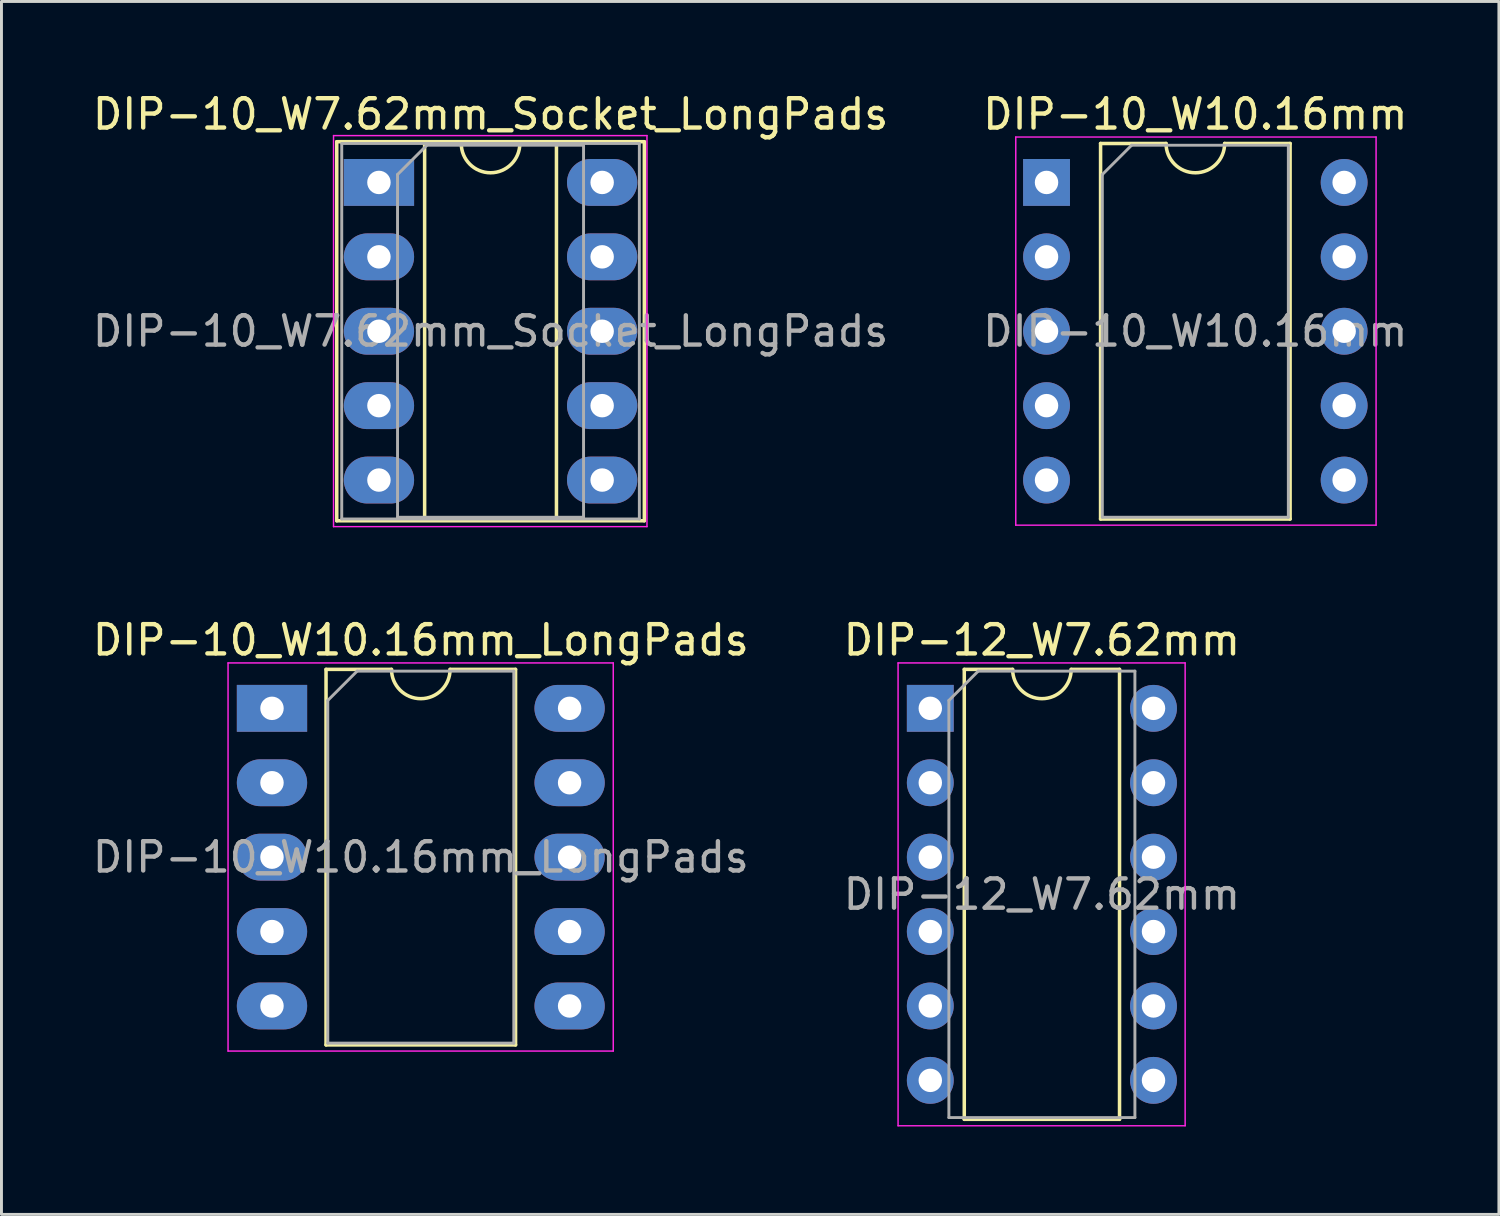
<source format=kicad_pcb>
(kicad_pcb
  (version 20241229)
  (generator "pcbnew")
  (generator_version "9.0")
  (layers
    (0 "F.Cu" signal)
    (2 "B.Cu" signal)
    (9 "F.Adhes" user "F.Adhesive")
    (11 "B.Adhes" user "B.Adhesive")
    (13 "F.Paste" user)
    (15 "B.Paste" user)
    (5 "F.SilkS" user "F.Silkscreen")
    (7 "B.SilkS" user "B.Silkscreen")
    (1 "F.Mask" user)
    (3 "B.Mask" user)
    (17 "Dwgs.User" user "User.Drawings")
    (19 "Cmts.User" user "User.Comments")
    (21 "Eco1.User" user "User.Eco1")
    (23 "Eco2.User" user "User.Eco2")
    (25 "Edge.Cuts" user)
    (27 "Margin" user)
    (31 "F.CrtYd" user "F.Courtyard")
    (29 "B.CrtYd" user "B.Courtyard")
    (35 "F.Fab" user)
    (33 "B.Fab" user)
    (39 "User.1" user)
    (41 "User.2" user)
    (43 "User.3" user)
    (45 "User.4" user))
  (footprint "DIP-10_W7.62mm_Socket_LongPads"
    (layer "F.Cu")
    (at 9.886 3.178)
    (property "Reference" "DIP-10_W7.62mm_Socket_LongPads" (at 3.81 -2.33 0) (layer "F.SilkS") (effects (font (size 1 1) (thickness 0.15))))
    (attr through_hole)
    (fp_line (start -1.44 -1.39) (end -1.44 11.55) (stroke (width 0.12) (type solid)) (layer "F.SilkS"))
    (fp_line (start -1.44 11.55) (end 9.06 11.55) (stroke (width 0.12) (type solid)) (layer "F.SilkS"))
    (fp_line (start 1.56 -1.33) (end 1.56 11.49) (stroke (width 0.12) (type solid)) (layer "F.SilkS"))
    (fp_line (start 1.56 11.49) (end 6.06 11.49) (stroke (width 0.12) (type solid)) (layer "F.SilkS"))
    (fp_line (start 2.81 -1.33) (end 1.56 -1.33) (stroke (width 0.12) (type solid)) (layer "F.SilkS"))
    (fp_line (start 6.06 -1.33) (end 4.81 -1.33) (stroke (width 0.12) (type solid)) (layer "F.SilkS"))
    (fp_line (start 6.06 11.49) (end 6.06 -1.33) (stroke (width 0.12) (type solid)) (layer "F.SilkS"))
    (fp_line (start 9.06 -1.39) (end -1.44 -1.39) (stroke (width 0.12) (type solid)) (layer "F.SilkS"))
    (fp_line (start 9.06 11.55) (end 9.06 -1.39) (stroke (width 0.12) (type solid)) (layer "F.SilkS"))
    (fp_arc (start 4.81 -1.33) (mid 3.81 -0.33) (end 2.81 -1.33) (stroke (width 0.12) (type solid)) (layer "F.SilkS"))
    (fp_line (start -1.55 -1.6) (end -1.55 11.75) (stroke (width 0.05) (type solid)) (layer "F.CrtYd"))
    (fp_line (start -1.55 11.75) (end 9.15 11.75) (stroke (width 0.05) (type solid)) (layer "F.CrtYd"))
    (fp_line (start 9.15 -1.6) (end -1.55 -1.6) (stroke (width 0.05) (type solid)) (layer "F.CrtYd"))
    (fp_line (start 9.15 11.75) (end 9.15 -1.6) (stroke (width 0.05) (type solid)) (layer "F.CrtYd"))
    (fp_line (start -1.27 -1.33) (end -1.27 11.49) (stroke (width 0.1) (type solid)) (layer "F.Fab"))
    (fp_line (start -1.27 11.49) (end 8.89 11.49) (stroke (width 0.1) (type solid)) (layer "F.Fab"))
    (fp_line (start 0.635 -0.27) (end 1.635 -1.27) (stroke (width 0.1) (type solid)) (layer "F.Fab"))
    (fp_line (start 0.635 11.43) (end 0.635 -0.27) (stroke (width 0.1) (type solid)) (layer "F.Fab"))
    (fp_line (start 1.635 -1.27) (end 6.985 -1.27) (stroke (width 0.1) (type solid)) (layer "F.Fab"))
    (fp_line (start 6.985 -1.27) (end 6.985 11.43) (stroke (width 0.1) (type solid)) (layer "F.Fab"))
    (fp_line (start 6.985 11.43) (end 0.635 11.43) (stroke (width 0.1) (type solid)) (layer "F.Fab"))
    (fp_line (start 8.89 -1.33) (end -1.27 -1.33) (stroke (width 0.1) (type solid)) (layer "F.Fab"))
    (fp_line (start 8.89 11.49) (end 8.89 -1.33) (stroke (width 0.1) (type solid)) (layer "F.Fab"))
    (fp_text user "${REFERENCE}" (at 3.81 5.08 0) (layer "F.Fab") (effects (font (size 1 1) (thickness 0.15))))
    (pad "1" thru_hole rect (at 0 0) (size 2.4 1.6) (drill 0.8) (layers "*.Cu" "*.Mask"))
    (pad "2" thru_hole oval (at 0 2.54) (size 2.4 1.6) (drill 0.8) (layers "*.Cu" "*.Mask"))
    (pad "3" thru_hole oval (at 0 5.08) (size 2.4 1.6) (drill 0.8) (layers "*.Cu" "*.Mask"))
    (pad "4" thru_hole oval (at 0 7.62) (size 2.4 1.6) (drill 0.8) (layers "*.Cu" "*.Mask"))
    (pad "5" thru_hole oval (at 0 10.16) (size 2.4 1.6) (drill 0.8) (layers "*.Cu" "*.Mask"))
    (pad "6" thru_hole oval (at 7.62 10.16) (size 2.4 1.6) (drill 0.8) (layers "*.Cu" "*.Mask"))
    (pad "7" thru_hole oval (at 7.62 7.62) (size 2.4 1.6) (drill 0.8) (layers "*.Cu" "*.Mask"))
    (pad "8" thru_hole oval (at 7.62 5.08) (size 2.4 1.6) (drill 0.8) (layers "*.Cu" "*.Mask"))
    (pad "9" thru_hole oval (at 7.62 2.54) (size 2.4 1.6) (drill 0.8) (layers "*.Cu" "*.Mask"))
    (pad "10" thru_hole oval (at 7.62 0) (size 2.4 1.6) (drill 0.8) (layers "*.Cu" "*.Mask")))
  (footprint "DIP-12_W7.62mm"
    (layer "F.Cu")
    (at 28.708 21.131)
    (property "Reference" "DIP-12_W7.62mm" (at 3.81 -2.33 0) (layer "F.SilkS") (effects (font (size 1 1) (thickness 0.15))))
    (attr through_hole)
    (fp_line (start 1.16 -1.33) (end 1.16 14.03) (stroke (width 0.12) (type solid)) (layer "F.SilkS"))
    (fp_line (start 1.16 14.03) (end 6.46 14.03) (stroke (width 0.12) (type solid)) (layer "F.SilkS"))
    (fp_line (start 2.81 -1.33) (end 1.16 -1.33) (stroke (width 0.12) (type solid)) (layer "F.SilkS"))
    (fp_line (start 6.46 -1.33) (end 4.81 -1.33) (stroke (width 0.12) (type solid)) (layer "F.SilkS"))
    (fp_line (start 6.46 14.03) (end 6.46 -1.33) (stroke (width 0.12) (type solid)) (layer "F.SilkS"))
    (fp_arc (start 4.81 -1.33) (mid 3.81 -0.33) (end 2.81 -1.33) (stroke (width 0.12) (type solid)) (layer "F.SilkS"))
    (fp_line (start -1.1 -1.55) (end -1.1 14.25) (stroke (width 0.05) (type solid)) (layer "F.CrtYd"))
    (fp_line (start -1.1 14.25) (end 8.7 14.25) (stroke (width 0.05) (type solid)) (layer "F.CrtYd"))
    (fp_line (start 8.7 -1.55) (end -1.1 -1.55) (stroke (width 0.05) (type solid)) (layer "F.CrtYd"))
    (fp_line (start 8.7 14.25) (end 8.7 -1.55) (stroke (width 0.05) (type solid)) (layer "F.CrtYd"))
    (fp_line (start 0.635 -0.27) (end 1.635 -1.27) (stroke (width 0.1) (type solid)) (layer "F.Fab"))
    (fp_line (start 0.635 13.97) (end 0.635 -0.27) (stroke (width 0.1) (type solid)) (layer "F.Fab"))
    (fp_line (start 1.635 -1.27) (end 6.985 -1.27) (stroke (width 0.1) (type solid)) (layer "F.Fab"))
    (fp_line (start 6.985 -1.27) (end 6.985 13.97) (stroke (width 0.1) (type solid)) (layer "F.Fab"))
    (fp_line (start 6.985 13.97) (end 0.635 13.97) (stroke (width 0.1) (type solid)) (layer "F.Fab"))
    (fp_text user "${REFERENCE}" (at 3.81 6.35 0) (layer "F.Fab") (effects (font (size 1 1) (thickness 0.15))))
    (pad "1" thru_hole rect (at 0 0) (size 1.6 1.6) (drill 0.8) (layers "*.Cu" "*.Mask"))
    (pad "2" thru_hole oval (at 0 2.54) (size 1.6 1.6) (drill 0.8) (layers "*.Cu" "*.Mask"))
    (pad "3" thru_hole oval (at 0 5.08) (size 1.6 1.6) (drill 0.8) (layers "*.Cu" "*.Mask"))
    (pad "4" thru_hole oval (at 0 7.62) (size 1.6 1.6) (drill 0.8) (layers "*.Cu" "*.Mask"))
    (pad "5" thru_hole oval (at 0 10.16) (size 1.6 1.6) (drill 0.8) (layers "*.Cu" "*.Mask"))
    (pad "6" thru_hole oval (at 0 12.7) (size 1.6 1.6) (drill 0.8) (layers "*.Cu" "*.Mask"))
    (pad "7" thru_hole oval (at 7.62 12.7) (size 1.6 1.6) (drill 0.8) (layers "*.Cu" "*.Mask"))
    (pad "8" thru_hole oval (at 7.62 10.16) (size 1.6 1.6) (drill 0.8) (layers "*.Cu" "*.Mask"))
    (pad "9" thru_hole oval (at 7.62 7.62) (size 1.6 1.6) (drill 0.8) (layers "*.Cu" "*.Mask"))
    (pad "10" thru_hole oval (at 7.62 5.08) (size 1.6 1.6) (drill 0.8) (layers "*.Cu" "*.Mask"))
    (pad "11" thru_hole oval (at 7.62 2.54) (size 1.6 1.6) (drill 0.8) (layers "*.Cu" "*.Mask"))
    (pad "12" thru_hole oval (at 7.62 0) (size 1.6 1.6) (drill 0.8) (layers "*.Cu" "*.Mask")))
  (footprint "DIP-10_W10.16mm"
    (layer "F.Cu")
    (at 32.676 3.178)
    (property "Reference" "DIP-10_W10.16mm" (at 5.08 -2.33 0) (layer "F.SilkS") (effects (font (size 1 1) (thickness 0.15))))
    (attr through_hole)
    (fp_line (start 1.845 -1.33) (end 1.845 11.49) (stroke (width 0.12) (type solid)) (layer "F.SilkS"))
    (fp_line (start 1.845 11.49) (end 8.315 11.49) (stroke (width 0.12) (type solid)) (layer "F.SilkS"))
    (fp_line (start 4.08 -1.33) (end 1.845 -1.33) (stroke (width 0.12) (type solid)) (layer "F.SilkS"))
    (fp_line (start 8.315 -1.33) (end 6.08 -1.33) (stroke (width 0.12) (type solid)) (layer "F.SilkS"))
    (fp_line (start 8.315 11.49) (end 8.315 -1.33) (stroke (width 0.12) (type solid)) (layer "F.SilkS"))
    (fp_arc (start 6.08 -1.33) (mid 5.08 -0.33) (end 4.08 -1.33) (stroke (width 0.12) (type solid)) (layer "F.SilkS"))
    (fp_line (start -1.05 -1.55) (end -1.05 11.7) (stroke (width 0.05) (type solid)) (layer "F.CrtYd"))
    (fp_line (start -1.05 11.7) (end 11.25 11.7) (stroke (width 0.05) (type solid)) (layer "F.CrtYd"))
    (fp_line (start 11.25 -1.55) (end -1.05 -1.55) (stroke (width 0.05) (type solid)) (layer "F.CrtYd"))
    (fp_line (start 11.25 11.7) (end 11.25 -1.55) (stroke (width 0.05) (type solid)) (layer "F.CrtYd"))
    (fp_line (start 1.905 -0.27) (end 2.905 -1.27) (stroke (width 0.1) (type solid)) (layer "F.Fab"))
    (fp_line (start 1.905 11.43) (end 1.905 -0.27) (stroke (width 0.1) (type solid)) (layer "F.Fab"))
    (fp_line (start 2.905 -1.27) (end 8.255 -1.27) (stroke (width 0.1) (type solid)) (layer "F.Fab"))
    (fp_line (start 8.255 -1.27) (end 8.255 11.43) (stroke (width 0.1) (type solid)) (layer "F.Fab"))
    (fp_line (start 8.255 11.43) (end 1.905 11.43) (stroke (width 0.1) (type solid)) (layer "F.Fab"))
    (fp_text user "${REFERENCE}" (at 5.08 5.08 0) (layer "F.Fab") (effects (font (size 1 1) (thickness 0.15))))
    (pad "1" thru_hole rect (at 0 0) (size 1.6 1.6) (drill 0.8) (layers "*.Cu" "*.Mask"))
    (pad "2" thru_hole oval (at 0 2.54) (size 1.6 1.6) (drill 0.8) (layers "*.Cu" "*.Mask"))
    (pad "3" thru_hole oval (at 0 5.08) (size 1.6 1.6) (drill 0.8) (layers "*.Cu" "*.Mask"))
    (pad "4" thru_hole oval (at 0 7.62) (size 1.6 1.6) (drill 0.8) (layers "*.Cu" "*.Mask"))
    (pad "5" thru_hole oval (at 0 10.16) (size 1.6 1.6) (drill 0.8) (layers "*.Cu" "*.Mask"))
    (pad "6" thru_hole oval (at 10.16 10.16) (size 1.6 1.6) (drill 0.8) (layers "*.Cu" "*.Mask"))
    (pad "7" thru_hole oval (at 10.16 7.62) (size 1.6 1.6) (drill 0.8) (layers "*.Cu" "*.Mask"))
    (pad "8" thru_hole oval (at 10.16 5.08) (size 1.6 1.6) (drill 0.8) (layers "*.Cu" "*.Mask"))
    (pad "9" thru_hole oval (at 10.16 2.54) (size 1.6 1.6) (drill 0.8) (layers "*.Cu" "*.Mask"))
    (pad "10" thru_hole oval (at 10.16 0) (size 1.6 1.6) (drill 0.8) (layers "*.Cu" "*.Mask")))
  (footprint "DIP-10_W10.16mm_LongPads"
    (layer "F.Cu")
    (at 6.235 21.131)
    (property "Reference" "DIP-10_W10.16mm_LongPads" (at 5.08 -2.33 0) (layer "F.SilkS") (effects (font (size 1 1) (thickness 0.15))))
    (attr through_hole)
    (fp_line (start 1.845 -1.33) (end 1.845 11.49) (stroke (width 0.12) (type solid)) (layer "F.SilkS"))
    (fp_line (start 1.845 11.49) (end 8.315 11.49) (stroke (width 0.12) (type solid)) (layer "F.SilkS"))
    (fp_line (start 4.08 -1.33) (end 1.845 -1.33) (stroke (width 0.12) (type solid)) (layer "F.SilkS"))
    (fp_line (start 8.315 -1.33) (end 6.08 -1.33) (stroke (width 0.12) (type solid)) (layer "F.SilkS"))
    (fp_line (start 8.315 11.49) (end 8.315 -1.33) (stroke (width 0.12) (type solid)) (layer "F.SilkS"))
    (fp_arc (start 6.08 -1.33) (mid 5.08 -0.33) (end 4.08 -1.33) (stroke (width 0.12) (type solid)) (layer "F.SilkS"))
    (fp_line (start -1.5 -1.55) (end -1.5 11.7) (stroke (width 0.05) (type solid)) (layer "F.CrtYd"))
    (fp_line (start -1.5 11.7) (end 11.65 11.7) (stroke (width 0.05) (type solid)) (layer "F.CrtYd"))
    (fp_line (start 11.65 -1.55) (end -1.5 -1.55) (stroke (width 0.05) (type solid)) (layer "F.CrtYd"))
    (fp_line (start 11.65 11.7) (end 11.65 -1.55) (stroke (width 0.05) (type solid)) (layer "F.CrtYd"))
    (fp_line (start 1.905 -0.27) (end 2.905 -1.27) (stroke (width 0.1) (type solid)) (layer "F.Fab"))
    (fp_line (start 1.905 11.43) (end 1.905 -0.27) (stroke (width 0.1) (type solid)) (layer "F.Fab"))
    (fp_line (start 2.905 -1.27) (end 8.255 -1.27) (stroke (width 0.1) (type solid)) (layer "F.Fab"))
    (fp_line (start 8.255 -1.27) (end 8.255 11.43) (stroke (width 0.1) (type solid)) (layer "F.Fab"))
    (fp_line (start 8.255 11.43) (end 1.905 11.43) (stroke (width 0.1) (type solid)) (layer "F.Fab"))
    (fp_text user "${REFERENCE}" (at 5.08 5.08 0) (layer "F.Fab") (effects (font (size 1 1) (thickness 0.15))))
    (pad "1" thru_hole rect (at 0 0) (size 2.4 1.6) (drill 0.8) (layers "*.Cu" "*.Mask"))
    (pad "2" thru_hole oval (at 0 2.54) (size 2.4 1.6) (drill 0.8) (layers "*.Cu" "*.Mask"))
    (pad "3" thru_hole oval (at 0 5.08) (size 2.4 1.6) (drill 0.8) (layers "*.Cu" "*.Mask"))
    (pad "4" thru_hole oval (at 0 7.62) (size 2.4 1.6) (drill 0.8) (layers "*.Cu" "*.Mask"))
    (pad "5" thru_hole oval (at 0 10.16) (size 2.4 1.6) (drill 0.8) (layers "*.Cu" "*.Mask"))
    (pad "6" thru_hole oval (at 10.16 10.16) (size 2.4 1.6) (drill 0.8) (layers "*.Cu" "*.Mask"))
    (pad "7" thru_hole oval (at 10.16 7.62) (size 2.4 1.6) (drill 0.8) (layers "*.Cu" "*.Mask"))
    (pad "8" thru_hole oval (at 10.16 5.08) (size 2.4 1.6) (drill 0.8) (layers "*.Cu" "*.Mask"))
    (pad "9" thru_hole oval (at 10.16 2.54) (size 2.4 1.6) (drill 0.8) (layers "*.Cu" "*.Mask"))
    (pad "10" thru_hole oval (at 10.16 0) (size 2.4 1.6) (drill 0.8) (layers "*.Cu" "*.Mask")))
  (gr_rect
    (start -3 -3)
    (end 48.119 38.407)
    (stroke (width 0.1) (type default))
    (fill no)
    (layer "Edge.Cuts")))
</source>
